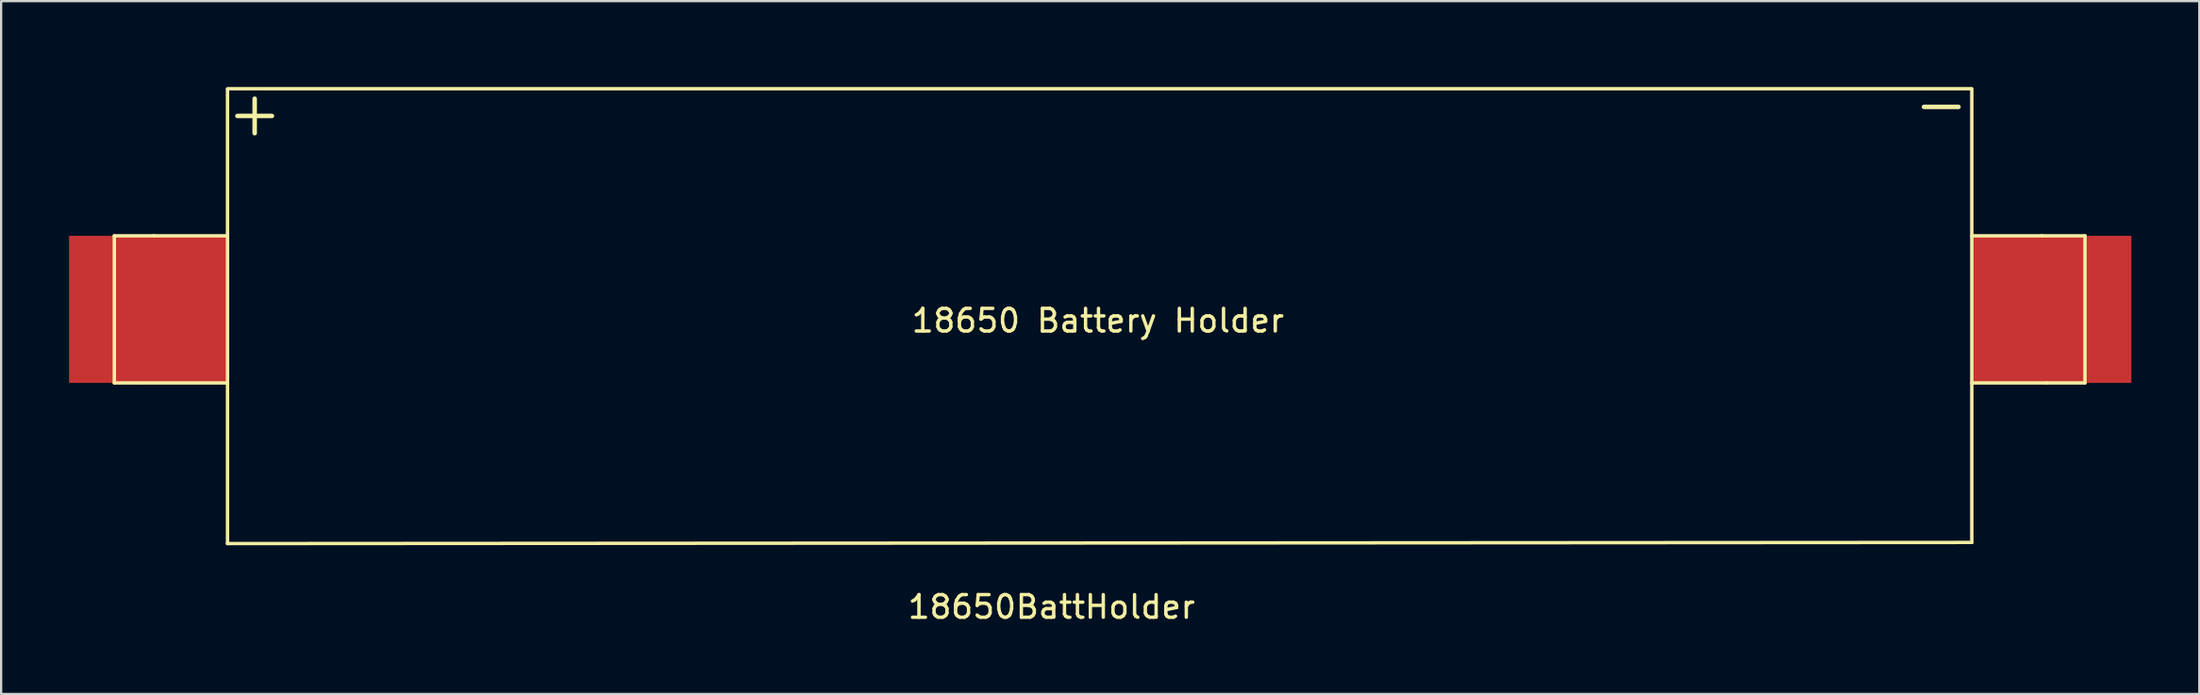
<source format=kicad_pcb>
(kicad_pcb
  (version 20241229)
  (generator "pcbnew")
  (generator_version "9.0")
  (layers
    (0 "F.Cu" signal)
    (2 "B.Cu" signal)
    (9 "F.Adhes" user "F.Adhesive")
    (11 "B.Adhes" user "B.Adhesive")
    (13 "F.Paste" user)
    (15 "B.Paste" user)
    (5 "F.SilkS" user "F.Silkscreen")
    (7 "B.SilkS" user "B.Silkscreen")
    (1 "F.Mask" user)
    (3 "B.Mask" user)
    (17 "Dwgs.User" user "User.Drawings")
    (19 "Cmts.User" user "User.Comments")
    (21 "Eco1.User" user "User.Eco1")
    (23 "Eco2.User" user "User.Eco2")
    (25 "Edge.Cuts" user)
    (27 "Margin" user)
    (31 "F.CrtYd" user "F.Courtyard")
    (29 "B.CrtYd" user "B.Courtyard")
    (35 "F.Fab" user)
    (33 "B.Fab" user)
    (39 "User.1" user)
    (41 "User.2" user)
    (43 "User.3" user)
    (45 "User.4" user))
  (footprint "18650BattHolder"
    (layer "F.Cu")
    (at 7 20.921)
    (property "Reference" "18650BattHolder" (at 36.4 2.85 0) (layer "F.SilkS") (effects (font (size 1 1) (thickness 0.15))))
    (attr through_hole)
    (fp_line (start -5 -13.55) (end -5 -7.05) (stroke (width 0.15) (type solid)) (layer "F.SilkS"))
    (fp_line (start -5 -7.05) (end -3.8 -7.05) (stroke (width 0.15) (type solid)) (layer "F.SilkS"))
    (fp_line (start -3.25 -13.55) (end -5 -13.55) (stroke (width 0.15) (type solid)) (layer "F.SilkS"))
    (fp_line (start 0 -20.05) (end 77 -20.05) (stroke (width 0.15) (type solid)) (layer "F.SilkS"))
    (fp_line (start 0 -13.55) (end -3.25 -13.55) (stroke (width 0.15) (type solid)) (layer "F.SilkS"))
    (fp_line (start 0 -7.05) (end -3.75 -7.05) (stroke (width 0.15) (type solid)) (layer "F.SilkS"))
    (fp_line (start 0 0.05) (end 0 -20) (stroke (width 0.15) (type solid)) (layer "F.SilkS"))
    (fp_line (start 77.05 -13.55) (end 80.15 -13.55) (stroke (width 0.15) (type solid)) (layer "F.SilkS"))
    (fp_line (start 77.05 -7.05) (end 80.35 -7.05) (stroke (width 0.15) (type solid)) (layer "F.SilkS"))
    (fp_line (start 77.05 0) (end 0 0.05) (stroke (width 0.15) (type solid)) (layer "F.SilkS"))
    (fp_line (start 77.05 0) (end 77.05 -20.05) (stroke (width 0.15) (type solid)) (layer "F.SilkS"))
    (fp_line (start 80.15 -13.55) (end 82.05 -13.55) (stroke (width 0.15) (type solid)) (layer "F.SilkS"))
    (fp_line (start 82.05 -13.55) (end 82.05 -7.05) (stroke (width 0.15) (type solid)) (layer "F.SilkS"))
    (fp_line (start 82.05 -7.05) (end 80.35 -7.05) (stroke (width 0.15) (type solid)) (layer "F.SilkS"))
    (fp_text user "18650 Battery Holder" (at 38.45 -9.8 0) (layer "F.SilkS") (effects (font (size 1 1) (thickness 0.15))))
    (fp_text user "+" (at 1.2 -19 0) (layer "F.SilkS") (effects (font (size 2 2) (thickness 0.2))))
    (fp_text user "-" (at 75.7 -19.4 0) (layer "F.SilkS") (effects (font (size 2 2) (thickness 0.2))))
    (pad "1" smd rect (at -3.5 -10.3) (size 7 6.5) (layers "F.Cu" "F.Mask" "F.Paste"))
    (pad "2" smd rect (at 80.6 -10.3) (size 7 6.5) (layers "F.Cu" "F.Mask" "F.Paste")))
  (gr_rect
    (start -3 -3)
    (end 94.1 27.619)
    (stroke (width 0.1) (type default))
    (fill no)
    (layer "Edge.Cuts")))
</source>
